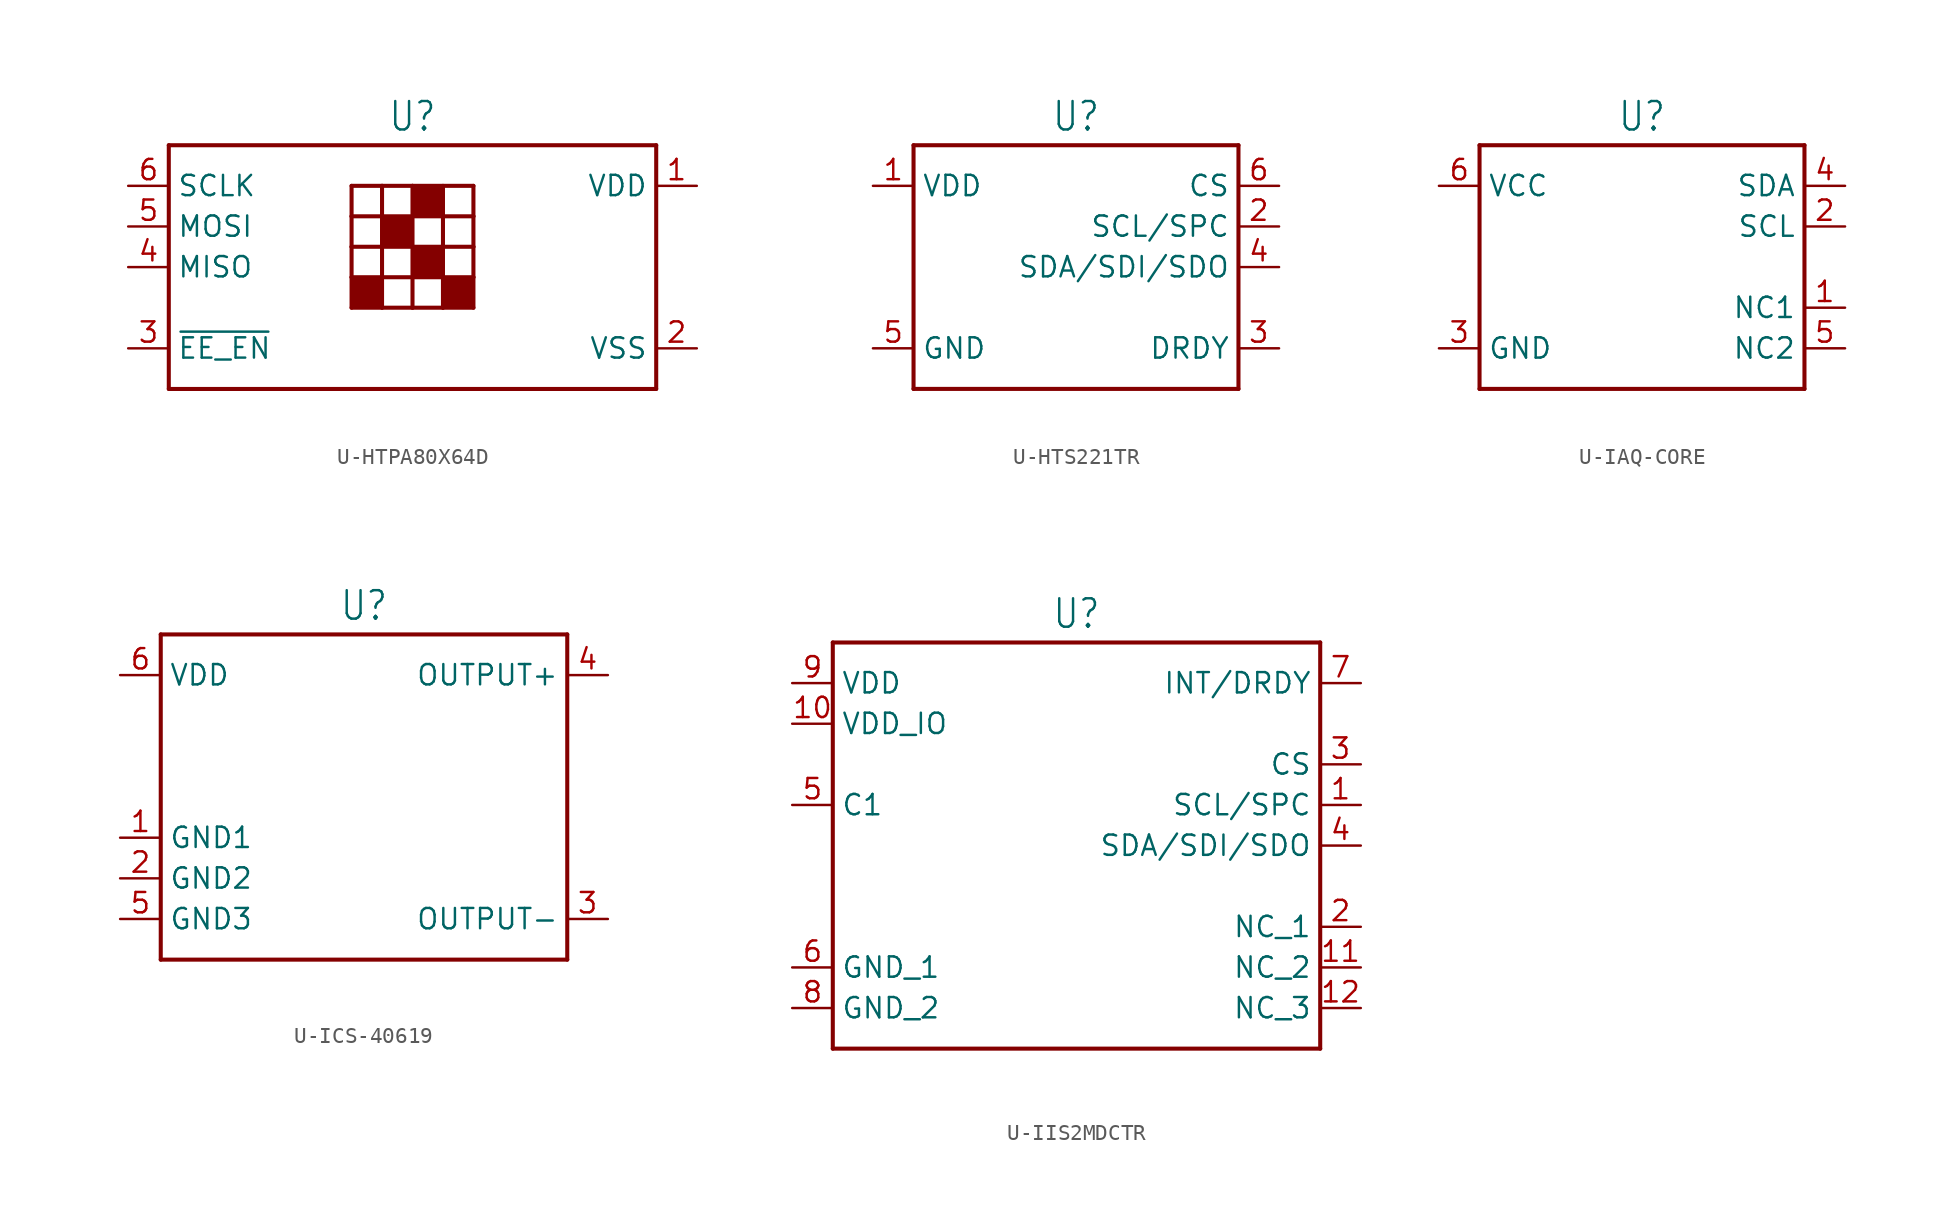
<source format=kicad_sym>
(kicad_symbol_lib
  (version 20231120)
  (generator "kicad_symbol_editor")
  (generator_version "8.0")
  (symbol "U-HTPA80X64D"
    (property "Reference" "U"
      (at 0 8.382 0)
      (effects (font (size 1.778 1.511)) (justify bottom)))
    (property "Value" ""
      (at 0 -8.382 0)
      (effects (font (size 1.778 1.511)) (justify top)))
    (property "ki_locked" ""
      (at 0 0 0)
      (effects (font (size 1.27 1.27))))
    (symbol "U-HTPA80X64D_1_0"
      (rectangle (start -3.81 -2.54) (end -1.905 -0.635) (stroke (width 0) (type default)) (fill (type outline)))
      (rectangle (start -1.905 1.27) (end 0 3.175) (stroke (width 0) (type default)) (fill (type outline)))
      (rectangle (start 0 -0.635) (end 1.905 1.27) (stroke (width 0) (type default)) (fill (type outline)))
      (polyline (pts (xy -15.24 -7.62) (xy -15.24 7.62)) (stroke (width 0.254) (type solid)) (fill (type none)))
      (polyline (pts (xy -15.24 7.62) (xy 15.24 7.62)) (stroke (width 0.254) (type solid)) (fill (type none)))
      (polyline (pts (xy -3.81 -2.54) (xy -1.905 -2.54)) (stroke (width 0.254) (type solid)) (fill (type none)))
      (polyline (pts (xy -3.81 -0.635) (xy -3.81 -2.54)) (stroke (width 0.254) (type solid)) (fill (type none)))
      (polyline (pts (xy -3.81 -0.635) (xy 3.81 -0.635)) (stroke (width 0.254) (type solid)) (fill (type none)))
      (polyline (pts (xy -3.81 1.27) (xy -3.81 -0.635)) (stroke (width 0.254) (type solid)) (fill (type none)))
      (polyline (pts (xy -3.81 1.27) (xy 3.81 1.27)) (stroke (width 0.254) (type solid)) (fill (type none)))
      (polyline (pts (xy -3.81 3.175) (xy -3.81 1.27)) (stroke (width 0.254) (type solid)) (fill (type none)))
      (polyline (pts (xy -3.81 5.08) (xy -3.81 3.175)) (stroke (width 0.254) (type solid)) (fill (type none)))
      (polyline (pts (xy -1.905 -2.54) (xy 0 -2.54)) (stroke (width 0.254) (type solid)) (fill (type none)))
      (polyline (pts (xy -1.905 3.175) (xy -3.81 3.175)) (stroke (width 0.254) (type solid)) (fill (type none)))
      (polyline (pts (xy -1.905 3.175) (xy -1.905 -2.54)) (stroke (width 0.254) (type solid)) (fill (type none)))
      (polyline (pts (xy -1.905 3.175) (xy -1.905 5.08)) (stroke (width 0.254) (type solid)) (fill (type none)))
      (polyline (pts (xy -1.905 5.08) (xy -3.81 5.08)) (stroke (width 0.254) (type solid)) (fill (type none)))
      (polyline (pts (xy 0 -2.54) (xy 1.905 -2.54)) (stroke (width 0.254) (type solid)) (fill (type none)))
      (polyline (pts (xy 0 3.175) (xy -1.905 3.175)) (stroke (width 0.254) (type solid)) (fill (type none)))
      (polyline (pts (xy 0 3.175) (xy 0 -2.54)) (stroke (width 0.254) (type solid)) (fill (type none)))
      (polyline (pts (xy 0 3.175) (xy 0 5.08)) (stroke (width 0.254) (type solid)) (fill (type none)))
      (polyline (pts (xy 0 5.08) (xy -1.905 5.08)) (stroke (width 0.254) (type solid)) (fill (type none)))
      (polyline (pts (xy 1.905 -2.54) (xy 1.905 5.08)) (stroke (width 0.254) (type solid)) (fill (type none)))
      (polyline (pts (xy 1.905 -2.54) (xy 3.81 -2.54)) (stroke (width 0.254) (type solid)) (fill (type none)))
      (polyline (pts (xy 3.81 -2.54) (xy 3.81 -0.635)) (stroke (width 0.254) (type solid)) (fill (type none)))
      (polyline (pts (xy 3.81 -0.635) (xy 3.81 1.27)) (stroke (width 0.254) (type solid)) (fill (type none)))
      (polyline (pts (xy 3.81 1.27) (xy 3.81 3.175)) (stroke (width 0.254) (type solid)) (fill (type none)))
      (polyline (pts (xy 3.81 3.175) (xy 0 3.175)) (stroke (width 0.254) (type solid)) (fill (type none)))
      (polyline (pts (xy 3.81 3.175) (xy 3.81 5.08)) (stroke (width 0.254) (type solid)) (fill (type none)))
      (polyline (pts (xy 3.81 5.08) (xy 0 5.08)) (stroke (width 0.254) (type solid)) (fill (type none)))
      (polyline (pts (xy 15.24 -7.62) (xy -15.24 -7.62)) (stroke (width 0.254) (type solid)) (fill (type none)))
      (polyline (pts (xy 15.24 7.62) (xy 15.24 -7.62)) (stroke (width 0.254) (type solid)) (fill (type none)))
      (rectangle (start 0 3.175) (end 1.905 5.08) (stroke (width 0) (type default)) (fill (type outline)))
      (rectangle (start 1.905 -2.54) (end 3.81 -0.635) (stroke (width 0) (type default)) (fill (type outline)))
      (pin passive line (at 17.78 5.08 180) (length 2.54) (name "VDD" (effects (font (size 1.27 1.27)))) (number "1" (effects (font (size 1.27 1.27)))))
      (pin passive line (at 17.78 -5.08 180) (length 2.54) (name "VSS" (effects (font (size 1.27 1.27)))) (number "2" (effects (font (size 1.27 1.27)))))
      (pin passive line (at -17.78 -5.08 0) (length 2.54) (name "~{EE_EN}" (effects (font (size 1.27 1.27)))) (number "3" (effects (font (size 1.27 1.27)))))
      (pin passive line (at -17.78 0 0) (length 2.54) (name "MISO" (effects (font (size 1.27 1.27)))) (number "4" (effects (font (size 1.27 1.27)))))
      (pin passive line (at -17.78 2.54 0) (length 2.54) (name "MOSI" (effects (font (size 1.27 1.27)))) (number "5" (effects (font (size 1.27 1.27)))))
      (pin passive line (at -17.78 5.08 0) (length 2.54) (name "SCLK" (effects (font (size 1.27 1.27)))) (number "6" (effects (font (size 1.27 1.27)))))))
  (symbol "U-HTS221TR"
    (property "Reference" "U"
      (at 0 8.382 0)
      (effects (font (size 1.778 1.511)) (justify bottom)))
    (property "Value" ""
      (at 0 -8.382 0)
      (effects (font (size 1.778 1.511)) (justify top)))
    (property "ki_locked" ""
      (at 0 0 0)
      (effects (font (size 1.27 1.27))))
    (symbol "U-HTS221TR_1_0"
      (polyline (pts (xy -10.16 -7.62) (xy -10.16 7.62)) (stroke (width 0.254) (type solid)) (fill (type none)))
      (polyline (pts (xy -10.16 7.62) (xy 10.16 7.62)) (stroke (width 0.254) (type solid)) (fill (type none)))
      (polyline (pts (xy 10.16 -7.62) (xy -10.16 -7.62)) (stroke (width 0.254) (type solid)) (fill (type none)))
      (polyline (pts (xy 10.16 7.62) (xy 10.16 -7.62)) (stroke (width 0.254) (type solid)) (fill (type none)))
      (pin passive line (at -12.7 5.08 0) (length 2.54) (name "VDD" (effects (font (size 1.27 1.27)))) (number "1" (effects (font (size 1.27 1.27)))))
      (pin passive line (at 12.7 2.54 180) (length 2.54) (name "SCL/SPC" (effects (font (size 1.27 1.27)))) (number "2" (effects (font (size 1.27 1.27)))))
      (pin passive line (at 12.7 -5.08 180) (length 2.54) (name "DRDY" (effects (font (size 1.27 1.27)))) (number "3" (effects (font (size 1.27 1.27)))))
      (pin passive line (at 12.7 0 180) (length 2.54) (name "SDA/SDI/SDO" (effects (font (size 1.27 1.27)))) (number "4" (effects (font (size 1.27 1.27)))))
      (pin passive line (at -12.7 -5.08 0) (length 2.54) (name "GND" (effects (font (size 1.27 1.27)))) (number "5" (effects (font (size 1.27 1.27)))))
      (pin passive line (at 12.7 5.08 180) (length 2.54) (name "CS" (effects (font (size 1.27 1.27)))) (number "6" (effects (font (size 1.27 1.27)))))))
  (symbol "U-IAQ-CORE"
    (property "Reference" "U"
      (at 0 8.382 0)
      (effects (font (size 1.778 1.511)) (justify bottom)))
    (property "Value" ""
      (at 0 -8.382 0)
      (effects (font (size 1.778 1.511)) (justify top)))
    (property "ki_locked" ""
      (at 0 0 0)
      (effects (font (size 1.27 1.27))))
    (symbol "U-IAQ-CORE_1_0"
      (polyline (pts (xy -10.16 -7.62) (xy -10.16 7.62)) (stroke (width 0.254) (type solid)) (fill (type none)))
      (polyline (pts (xy -10.16 7.62) (xy 10.16 7.62)) (stroke (width 0.254) (type solid)) (fill (type none)))
      (polyline (pts (xy 10.16 -7.62) (xy -10.16 -7.62)) (stroke (width 0.254) (type solid)) (fill (type none)))
      (polyline (pts (xy 10.16 7.62) (xy 10.16 -7.62)) (stroke (width 0.254) (type solid)) (fill (type none)))
      (pin passive line (at 12.7 -2.54 180) (length 2.54) (name "NC1" (effects (font (size 1.27 1.27)))) (number "1" (effects (font (size 1.27 1.27)))))
      (pin passive line (at 12.7 2.54 180) (length 2.54) (name "SCL" (effects (font (size 1.27 1.27)))) (number "2" (effects (font (size 1.27 1.27)))))
      (pin passive line (at -12.7 -5.08 0) (length 2.54) (name "GND" (effects (font (size 1.27 1.27)))) (number "3" (effects (font (size 1.27 1.27)))))
      (pin passive line (at 12.7 5.08 180) (length 2.54) (name "SDA" (effects (font (size 1.27 1.27)))) (number "4" (effects (font (size 1.27 1.27)))))
      (pin passive line (at 12.7 -5.08 180) (length 2.54) (name "NC2" (effects (font (size 1.27 1.27)))) (number "5" (effects (font (size 1.27 1.27)))))
      (pin passive line (at -12.7 5.08 0) (length 2.54) (name "VCC" (effects (font (size 1.27 1.27)))) (number "6" (effects (font (size 1.27 1.27)))))))
  (symbol "U-ICS-40619"
    (property "Reference" "U"
      (at 0 10.922 0)
      (effects (font (size 1.778 1.511)) (justify bottom)))
    (property "Value" ""
      (at 0 -10.922 0)
      (effects (font (size 1.778 1.511)) (justify top)))
    (property "ki_locked" ""
      (at 0 0 0)
      (effects (font (size 1.27 1.27))))
    (symbol "U-ICS-40619_1_0"
      (polyline (pts (xy -12.7 -10.16) (xy -12.7 10.16)) (stroke (width 0.254) (type solid)) (fill (type none)))
      (polyline (pts (xy -12.7 10.16) (xy 12.7 10.16)) (stroke (width 0.254) (type solid)) (fill (type none)))
      (polyline (pts (xy 12.7 -10.16) (xy -12.7 -10.16)) (stroke (width 0.254) (type solid)) (fill (type none)))
      (polyline (pts (xy 12.7 10.16) (xy 12.7 -10.16)) (stroke (width 0.254) (type solid)) (fill (type none)))
      (pin passive line (at -15.24 -2.54 0) (length 2.54) (name "GND1" (effects (font (size 1.27 1.27)))) (number "1" (effects (font (size 1.27 1.27)))))
      (pin passive line (at -15.24 -5.08 0) (length 2.54) (name "GND2" (effects (font (size 1.27 1.27)))) (number "2" (effects (font (size 1.27 1.27)))))
      (pin passive line (at 15.24 -7.62 180) (length 2.54) (name "OUTPUT-" (effects (font (size 1.27 1.27)))) (number "3" (effects (font (size 1.27 1.27)))))
      (pin passive line (at 15.24 7.62 180) (length 2.54) (name "OUTPUT+" (effects (font (size 1.27 1.27)))) (number "4" (effects (font (size 1.27 1.27)))))
      (pin passive line (at -15.24 -7.62 0) (length 2.54) (name "GND3" (effects (font (size 1.27 1.27)))) (number "5" (effects (font (size 1.27 1.27)))))
      (pin passive line (at -15.24 7.62 0) (length 2.54) (name "VDD" (effects (font (size 1.27 1.27)))) (number "6" (effects (font (size 1.27 1.27)))))))
  (symbol "U-IIS2MDCTR"
    (property "Reference" "U"
      (at 0 13.462 0)
      (effects (font (size 1.778 1.511)) (justify bottom)))
    (property "Value" ""
      (at 0 -13.462 0)
      (effects (font (size 1.778 1.511)) (justify top)))
    (property "ki_locked" ""
      (at 0 0 0)
      (effects (font (size 1.27 1.27))))
    (symbol "U-IIS2MDCTR_1_0"
      (polyline (pts (xy -15.24 -12.7) (xy -15.24 12.7)) (stroke (width 0.254) (type solid)) (fill (type none)))
      (polyline (pts (xy -15.24 12.7) (xy 15.24 12.7)) (stroke (width 0.254) (type solid)) (fill (type none)))
      (polyline (pts (xy 15.24 -12.7) (xy -15.24 -12.7)) (stroke (width 0.254) (type solid)) (fill (type none)))
      (polyline (pts (xy 15.24 12.7) (xy 15.24 -12.7)) (stroke (width 0.254) (type solid)) (fill (type none)))
      (pin passive line (at 17.78 2.54 180) (length 2.54) (name "SCL/SPC" (effects (font (size 1.27 1.27)))) (number "1" (effects (font (size 1.27 1.27)))))
      (pin passive line (at -17.78 7.62 0) (length 2.54) (name "VDD_IO" (effects (font (size 1.27 1.27)))) (number "10" (effects (font (size 1.27 1.27)))))
      (pin passive line (at 17.78 -7.62 180) (length 2.54) (name "NC_2" (effects (font (size 1.27 1.27)))) (number "11" (effects (font (size 1.27 1.27)))))
      (pin passive line (at 17.78 -10.16 180) (length 2.54) (name "NC_3" (effects (font (size 1.27 1.27)))) (number "12" (effects (font (size 1.27 1.27)))))
      (pin passive line (at 17.78 -5.08 180) (length 2.54) (name "NC_1" (effects (font (size 1.27 1.27)))) (number "2" (effects (font (size 1.27 1.27)))))
      (pin passive line (at 17.78 5.08 180) (length 2.54) (name "CS" (effects (font (size 1.27 1.27)))) (number "3" (effects (font (size 1.27 1.27)))))
      (pin passive line (at 17.78 0 180) (length 2.54) (name "SDA/SDI/SDO" (effects (font (size 1.27 1.27)))) (number "4" (effects (font (size 1.27 1.27)))))
      (pin passive line (at -17.78 2.54 0) (length 2.54) (name "C1" (effects (font (size 1.27 1.27)))) (number "5" (effects (font (size 1.27 1.27)))))
      (pin passive line (at -17.78 -7.62 0) (length 2.54) (name "GND_1" (effects (font (size 1.27 1.27)))) (number "6" (effects (font (size 1.27 1.27)))))
      (pin passive line (at 17.78 10.16 180) (length 2.54) (name "INT/DRDY" (effects (font (size 1.27 1.27)))) (number "7" (effects (font (size 1.27 1.27)))))
      (pin passive line (at -17.78 -10.16 0) (length 2.54) (name "GND_2" (effects (font (size 1.27 1.27)))) (number "8" (effects (font (size 1.27 1.27)))))
      (pin passive line (at -17.78 10.16 0) (length 2.54) (name "VDD" (effects (font (size 1.27 1.27)))) (number "9" (effects (font (size 1.27 1.27))))))))
</source>
